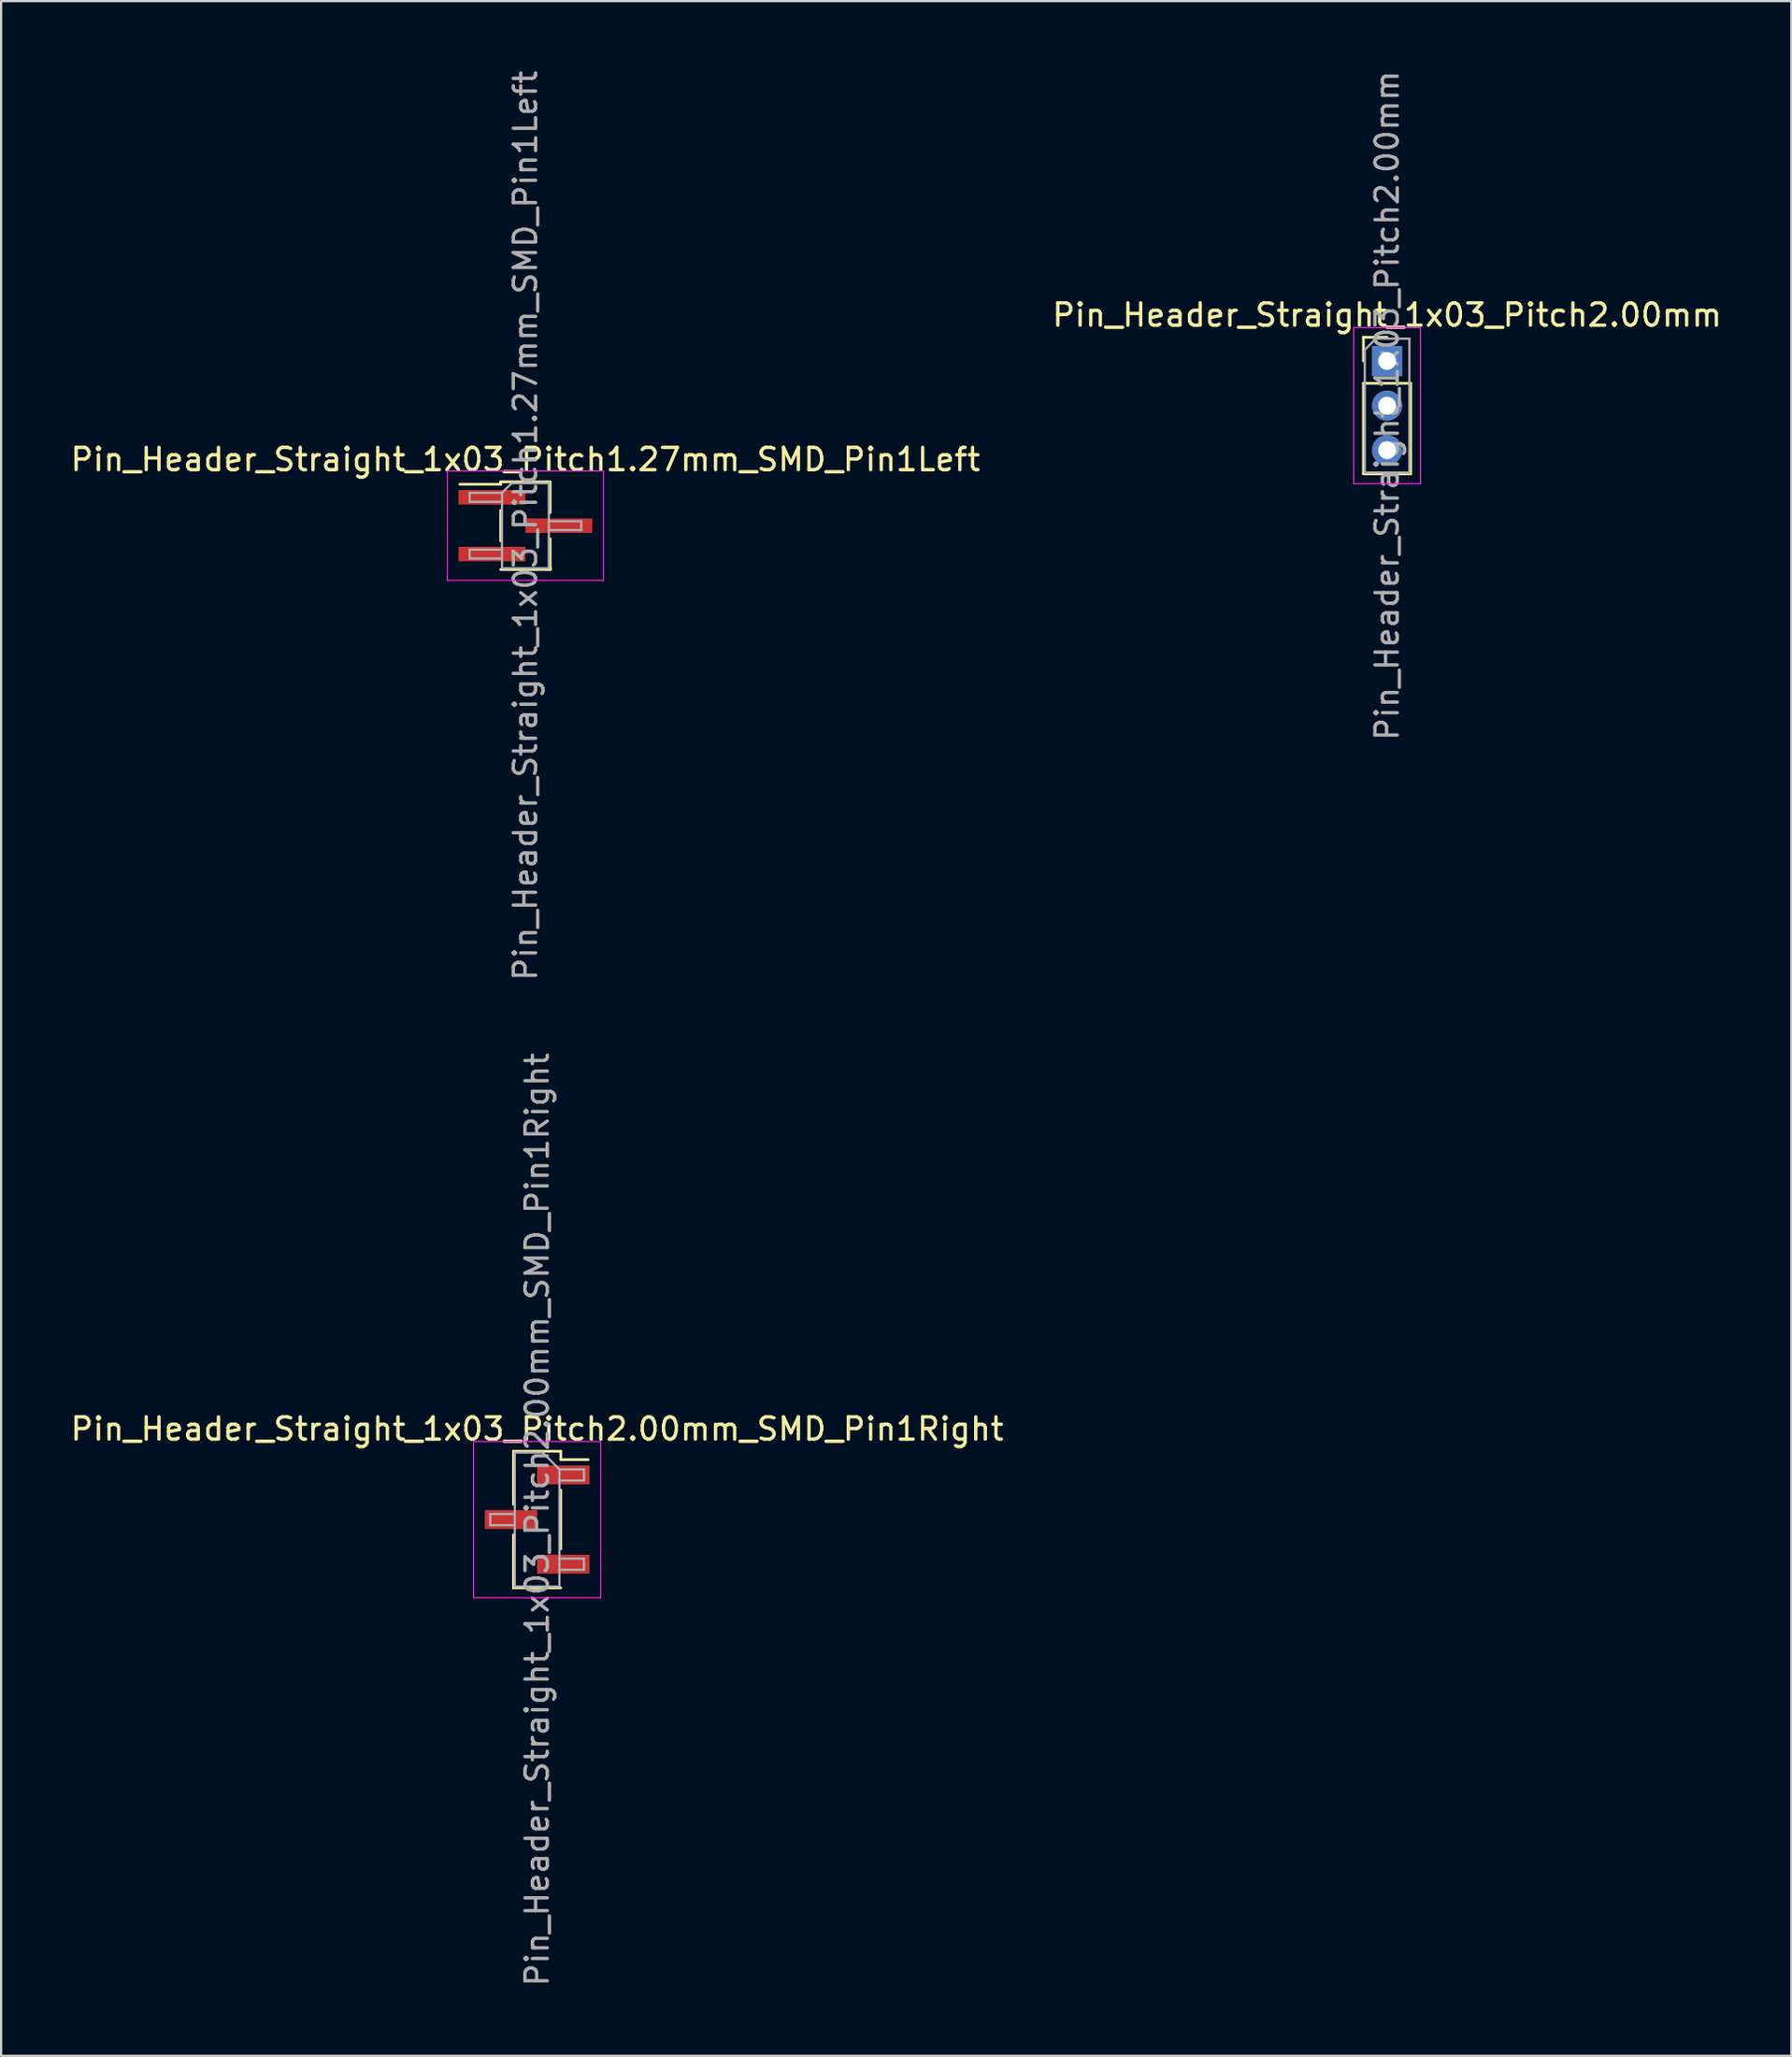
<source format=kicad_pcb>
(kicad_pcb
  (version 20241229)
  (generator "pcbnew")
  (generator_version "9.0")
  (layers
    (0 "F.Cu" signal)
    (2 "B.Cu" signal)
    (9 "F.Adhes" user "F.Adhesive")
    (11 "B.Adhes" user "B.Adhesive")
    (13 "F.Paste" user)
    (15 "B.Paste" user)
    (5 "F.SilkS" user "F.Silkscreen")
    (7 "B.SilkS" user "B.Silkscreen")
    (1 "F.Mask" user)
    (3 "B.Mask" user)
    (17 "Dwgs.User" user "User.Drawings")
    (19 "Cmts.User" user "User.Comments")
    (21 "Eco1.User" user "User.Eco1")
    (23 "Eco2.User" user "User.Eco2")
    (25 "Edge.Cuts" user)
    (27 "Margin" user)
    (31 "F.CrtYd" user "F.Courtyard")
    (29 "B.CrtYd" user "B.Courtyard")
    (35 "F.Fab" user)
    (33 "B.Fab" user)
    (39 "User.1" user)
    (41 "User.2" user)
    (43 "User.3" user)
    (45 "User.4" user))
  (footprint "Pin_Header_Straight_1x03_Pitch2.00mm_SMD_Pin1Right"
    (layer "F.Cu")
    (at 21.03 65.042)
    (property "Reference" "Pin_Header_Straight_1x03_Pitch2.00mm_SMD_Pin1Right" (at 0 -4.06 0) (layer "F.SilkS") (effects (font (size 1 1) (thickness 0.15))))
    (attr smd)
    (fp_line (start -1.06 -3.06) (end -1.06 -0.685) (stroke (width 0.12) (type solid)) (layer "F.SilkS"))
    (fp_line (start -1.06 -3.06) (end 1.06 -3.06) (stroke (width 0.12) (type solid)) (layer "F.SilkS"))
    (fp_line (start -1.06 0.685) (end -1.06 3.06) (stroke (width 0.12) (type solid)) (layer "F.SilkS"))
    (fp_line (start -1.06 2.685) (end -1.06 3.06) (stroke (width 0.12) (type solid)) (layer "F.SilkS"))
    (fp_line (start -1.06 3.06) (end 1.06 3.06) (stroke (width 0.12) (type solid)) (layer "F.SilkS"))
    (fp_line (start 1.06 -3.06) (end 1.06 -2.685) (stroke (width 0.12) (type solid)) (layer "F.SilkS"))
    (fp_line (start 1.06 -2.685) (end 2.29 -2.685) (stroke (width 0.12) (type solid)) (layer "F.SilkS"))
    (fp_line (start 1.06 -1.315) (end 1.06 1.315) (stroke (width 0.12) (type solid)) (layer "F.SilkS"))
    (fp_line (start -2.85 -3.5) (end -2.85 3.5) (stroke (width 0.05) (type solid)) (layer "F.CrtYd"))
    (fp_line (start -2.85 3.5) (end 2.85 3.5) (stroke (width 0.05) (type solid)) (layer "F.CrtYd"))
    (fp_line (start 2.85 -3.5) (end -2.85 -3.5) (stroke (width 0.05) (type solid)) (layer "F.CrtYd"))
    (fp_line (start 2.85 3.5) (end 2.85 -3.5) (stroke (width 0.05) (type solid)) (layer "F.CrtYd"))
    (fp_line (start -2.1 -0.25) (end -2.1 0.25) (stroke (width 0.1) (type solid)) (layer "F.Fab"))
    (fp_line (start -2.1 0.25) (end -1 0.25) (stroke (width 0.1) (type solid)) (layer "F.Fab"))
    (fp_line (start -1 -3) (end -1 3) (stroke (width 0.1) (type solid)) (layer "F.Fab"))
    (fp_line (start -1 -3) (end 0.25 -3) (stroke (width 0.1) (type solid)) (layer "F.Fab"))
    (fp_line (start -1 -0.25) (end -2.1 -0.25) (stroke (width 0.1) (type solid)) (layer "F.Fab"))
    (fp_line (start 1 -2.25) (end 0.25 -3) (stroke (width 0.1) (type solid)) (layer "F.Fab"))
    (fp_line (start 1 -2.25) (end 2.1 -2.25) (stroke (width 0.1) (type solid)) (layer "F.Fab"))
    (fp_line (start 1 1.75) (end 2.1 1.75) (stroke (width 0.1) (type solid)) (layer "F.Fab"))
    (fp_line (start 1 3) (end -1 3) (stroke (width 0.1) (type solid)) (layer "F.Fab"))
    (fp_line (start 1 3) (end 1 -2.25) (stroke (width 0.1) (type solid)) (layer "F.Fab"))
    (fp_line (start 2.1 -2.25) (end 2.1 -1.75) (stroke (width 0.1) (type solid)) (layer "F.Fab"))
    (fp_line (start 2.1 -1.75) (end 1 -1.75) (stroke (width 0.1) (type solid)) (layer "F.Fab"))
    (fp_line (start 2.1 1.75) (end 2.1 2.25) (stroke (width 0.1) (type solid)) (layer "F.Fab"))
    (fp_line (start 2.1 2.25) (end 1 2.25) (stroke (width 0.1) (type solid)) (layer "F.Fab"))
    (fp_text user "${REFERENCE}" (at 0 0 90) (layer "F.Fab") (effects (font (size 1 1) (thickness 0.15))))
    (pad "1" smd rect (at 1.175 -2) (size 2.35 0.85) (layers "F.Cu" "F.Mask" "F.Paste"))
    (pad "2" smd rect (at -1.175 0) (size 2.35 0.85) (layers "F.Cu" "F.Mask" "F.Paste"))
    (pad "3" smd rect (at 1.175 2) (size 2.35 0.85) (layers "F.Cu" "F.Mask" "F.Paste")))
  (footprint "Pin_Header_Straight_1x03_Pitch2.00mm"
    (layer "F.Cu")
    (at 59.137 13.125)
    (property "Reference" "Pin_Header_Straight_1x03_Pitch2.00mm" (at 0 -2.06 0) (layer "F.SilkS") (effects (font (size 1 1) (thickness 0.15))))
    (attr through_hole)
    (fp_line (start -1.06 -1.06) (end 0 -1.06) (stroke (width 0.12) (type solid)) (layer "F.SilkS"))
    (fp_line (start -1.06 0) (end -1.06 -1.06) (stroke (width 0.12) (type solid)) (layer "F.SilkS"))
    (fp_line (start -1.06 1) (end -1.06 5.06) (stroke (width 0.12) (type solid)) (layer "F.SilkS"))
    (fp_line (start -1.06 1) (end 1.06 1) (stroke (width 0.12) (type solid)) (layer "F.SilkS"))
    (fp_line (start -1.06 5.06) (end 1.06 5.06) (stroke (width 0.12) (type solid)) (layer "F.SilkS"))
    (fp_line (start 1.06 1) (end 1.06 5.06) (stroke (width 0.12) (type solid)) (layer "F.SilkS"))
    (fp_line (start -1.5 -1.5) (end -1.5 5.5) (stroke (width 0.05) (type solid)) (layer "F.CrtYd"))
    (fp_line (start -1.5 5.5) (end 1.5 5.5) (stroke (width 0.05) (type solid)) (layer "F.CrtYd"))
    (fp_line (start 1.5 -1.5) (end -1.5 -1.5) (stroke (width 0.05) (type solid)) (layer "F.CrtYd"))
    (fp_line (start 1.5 5.5) (end 1.5 -1.5) (stroke (width 0.05) (type solid)) (layer "F.CrtYd"))
    (fp_line (start -1 -0.5) (end -0.5 -1) (stroke (width 0.1) (type solid)) (layer "F.Fab"))
    (fp_line (start -1 5) (end -1 -0.5) (stroke (width 0.1) (type solid)) (layer "F.Fab"))
    (fp_line (start -0.5 -1) (end 1 -1) (stroke (width 0.1) (type solid)) (layer "F.Fab"))
    (fp_line (start 1 -1) (end 1 5) (stroke (width 0.1) (type solid)) (layer "F.Fab"))
    (fp_line (start 1 5) (end -1 5) (stroke (width 0.1) (type solid)) (layer "F.Fab"))
    (fp_text user "${REFERENCE}" (at 0 2 90) (layer "F.Fab") (effects (font (size 1 1) (thickness 0.15))))
    (pad "1" thru_hole rect (at 0 0) (size 1.35 1.35) (drill 0.8) (layers "*.Cu" "*.Mask"))
    (pad "2" thru_hole oval (at 0 2) (size 1.35 1.35) (drill 0.8) (layers "*.Cu" "*.Mask"))
    (pad "3" thru_hole oval (at 0 4) (size 1.35 1.35) (drill 0.8) (layers "*.Cu" "*.Mask")))
  (footprint "Pin_Header_Straight_1x03_Pitch1.27mm_SMD_Pin1Left"
    (layer "F.Cu")
    (at 20.506 20.506)
    (property "Reference" "Pin_Header_Straight_1x03_Pitch1.27mm_SMD_Pin1Left" (at 0 -2.965 0) (layer "F.SilkS") (effects (font (size 1 1) (thickness 0.15))))
    (attr smd)
    (fp_line (start -1.11 -1.965) (end -1.11 -1.855) (stroke (width 0.12) (type solid)) (layer "F.SilkS"))
    (fp_line (start -1.11 -1.965) (end 1.11 -1.965) (stroke (width 0.12) (type solid)) (layer "F.SilkS"))
    (fp_line (start -1.11 -1.855) (end -2.94 -1.855) (stroke (width 0.12) (type solid)) (layer "F.SilkS"))
    (fp_line (start -1.11 -0.685) (end -1.11 0.685) (stroke (width 0.12) (type solid)) (layer "F.SilkS"))
    (fp_line (start -1.11 1.965) (end 1.11 1.965) (stroke (width 0.12) (type solid)) (layer "F.SilkS"))
    (fp_line (start 1.11 -1.955) (end 1.11 -0.585) (stroke (width 0.12) (type solid)) (layer "F.SilkS"))
    (fp_line (start 1.11 0.585) (end 1.11 1.955) (stroke (width 0.12) (type solid)) (layer "F.SilkS"))
    (fp_line (start 1.11 1.855) (end 1.11 1.965) (stroke (width 0.12) (type solid)) (layer "F.SilkS"))
    (fp_line (start -3.5 -2.45) (end -3.5 2.45) (stroke (width 0.05) (type solid)) (layer "F.CrtYd"))
    (fp_line (start -3.5 2.45) (end 3.5 2.45) (stroke (width 0.05) (type solid)) (layer "F.CrtYd"))
    (fp_line (start 3.5 -2.45) (end -3.5 -2.45) (stroke (width 0.05) (type solid)) (layer "F.CrtYd"))
    (fp_line (start 3.5 2.45) (end 3.5 -2.45) (stroke (width 0.05) (type solid)) (layer "F.CrtYd"))
    (fp_line (start -2.5 -1.47) (end -2.5 -1.07) (stroke (width 0.1) (type solid)) (layer "F.Fab"))
    (fp_line (start -2.5 -1.07) (end -1.05 -1.07) (stroke (width 0.1) (type solid)) (layer "F.Fab"))
    (fp_line (start -2.5 1.07) (end -2.5 1.47) (stroke (width 0.1) (type solid)) (layer "F.Fab"))
    (fp_line (start -2.5 1.47) (end -1.05 1.47) (stroke (width 0.1) (type solid)) (layer "F.Fab"))
    (fp_line (start -1.05 -1.47) (end -2.5 -1.47) (stroke (width 0.1) (type solid)) (layer "F.Fab"))
    (fp_line (start -1.05 -1.47) (end -0.615 -1.905) (stroke (width 0.1) (type solid)) (layer "F.Fab"))
    (fp_line (start -1.05 1.07) (end -2.5 1.07) (stroke (width 0.1) (type solid)) (layer "F.Fab"))
    (fp_line (start -1.05 1.905) (end -1.05 -1.47) (stroke (width 0.1) (type solid)) (layer "F.Fab"))
    (fp_line (start -0.615 -1.905) (end 1.05 -1.905) (stroke (width 0.1) (type solid)) (layer "F.Fab"))
    (fp_line (start 1.05 -1.905) (end 1.05 1.905) (stroke (width 0.1) (type solid)) (layer "F.Fab"))
    (fp_line (start 1.05 -0.2) (end 2.5 -0.2) (stroke (width 0.1) (type solid)) (layer "F.Fab"))
    (fp_line (start 1.05 1.905) (end -1.05 1.905) (stroke (width 0.1) (type solid)) (layer "F.Fab"))
    (fp_line (start 2.5 -0.2) (end 2.5 0.2) (stroke (width 0.1) (type solid)) (layer "F.Fab"))
    (fp_line (start 2.5 0.2) (end 1.05 0.2) (stroke (width 0.1) (type solid)) (layer "F.Fab"))
    (fp_text user "${REFERENCE}" (at 0 0 90) (layer "F.Fab") (effects (font (size 1 1) (thickness 0.15))))
    (pad "1" smd rect (at -1.5 -1.27) (size 3 0.65) (layers "F.Cu" "F.Mask" "F.Paste"))
    (pad "2" smd rect (at 1.5 0) (size 3 0.65) (layers "F.Cu" "F.Mask" "F.Paste"))
    (pad "3" smd rect (at -1.5 1.27) (size 3 0.65) (layers "F.Cu" "F.Mask" "F.Paste")))
  (gr_rect
    (start -3 -3)
    (end 77.262 89.071)
    (stroke (width 0.1) (type default))
    (fill no)
    (layer "Edge.Cuts")))
</source>
